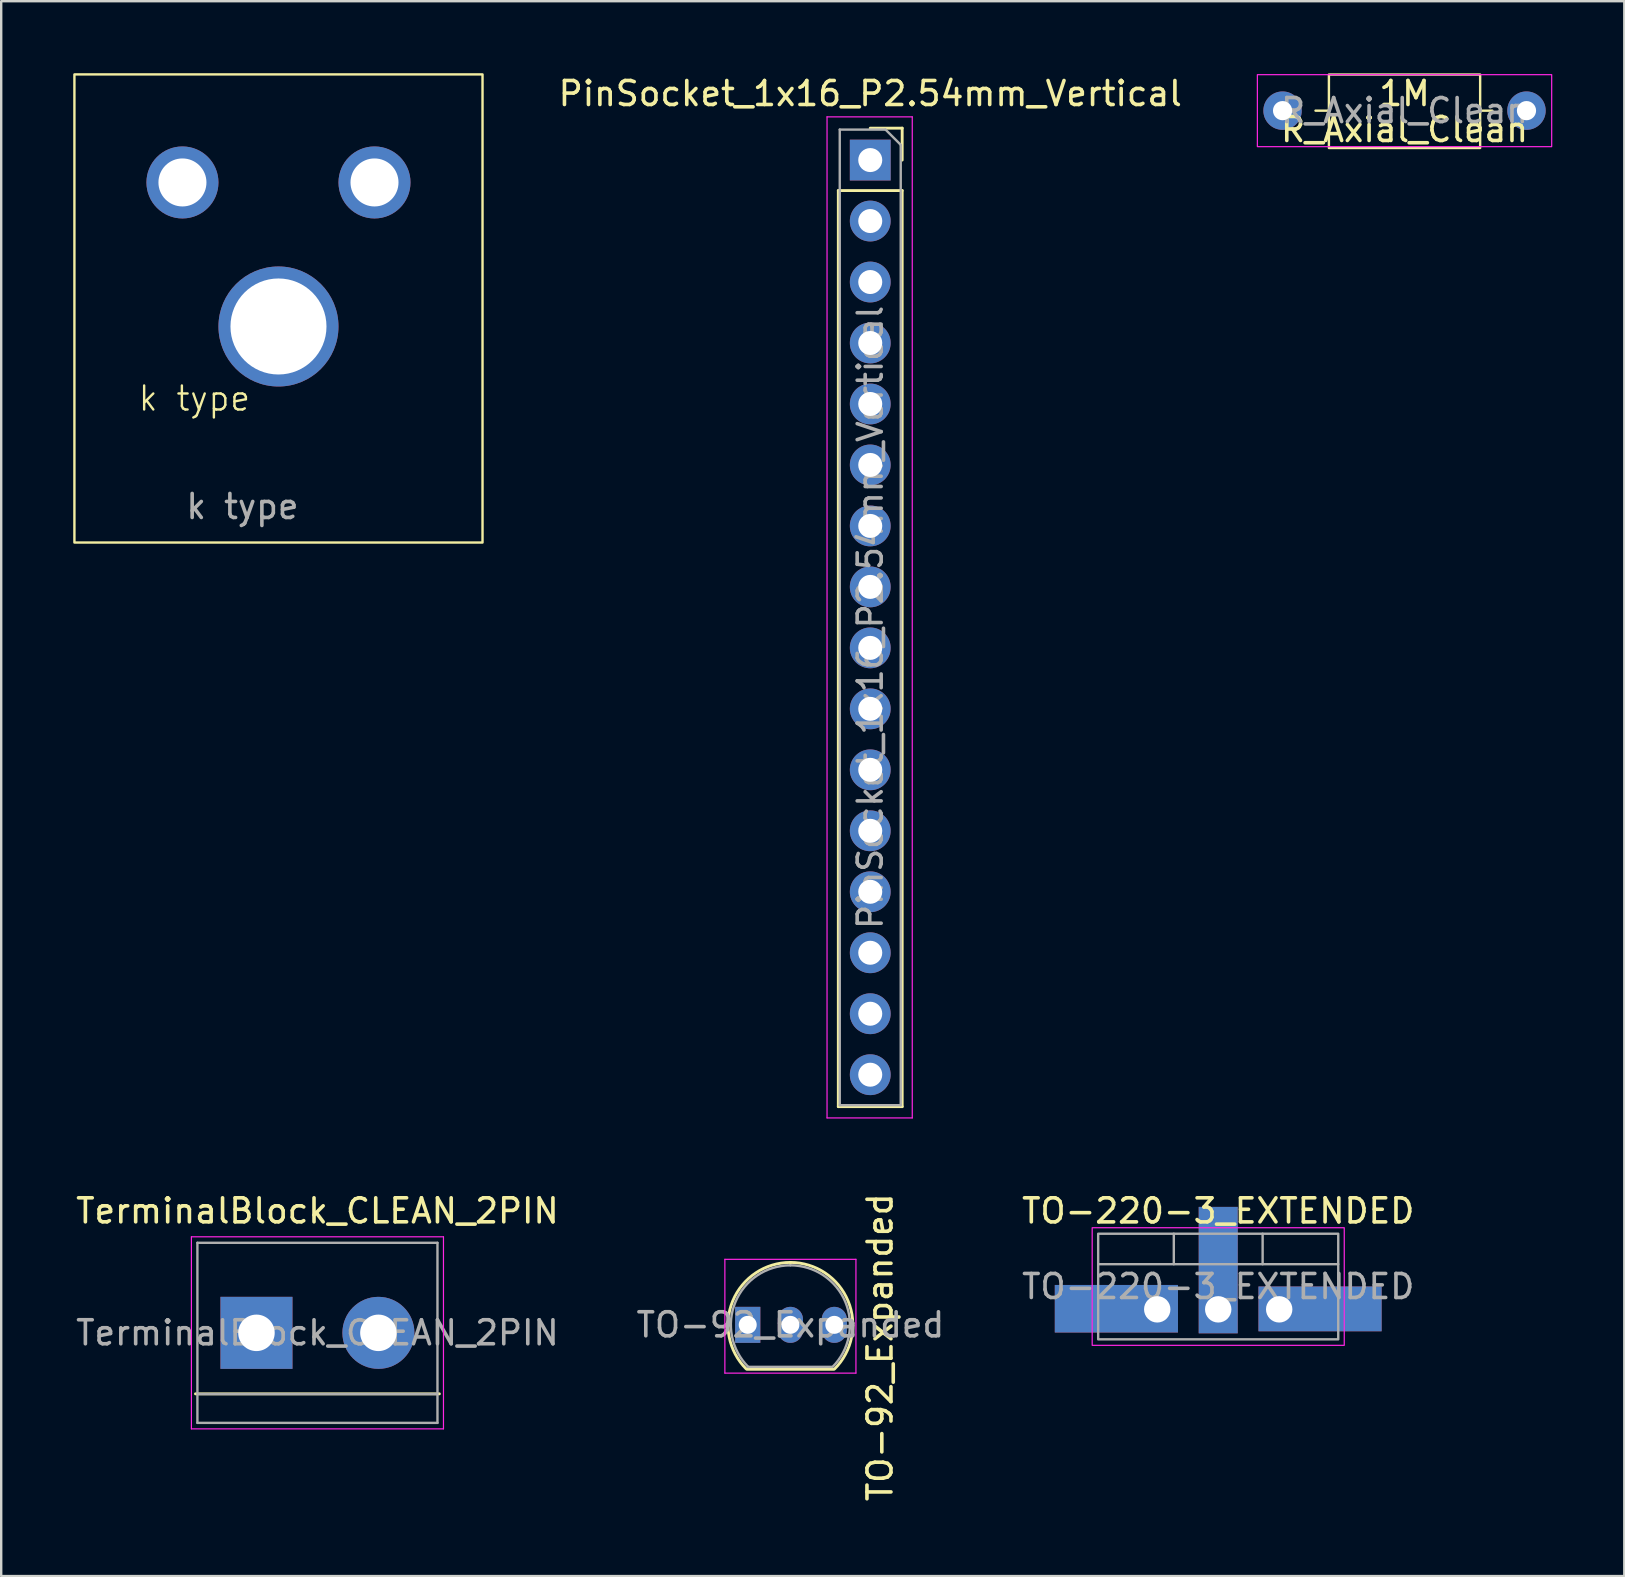
<source format=kicad_pcb>
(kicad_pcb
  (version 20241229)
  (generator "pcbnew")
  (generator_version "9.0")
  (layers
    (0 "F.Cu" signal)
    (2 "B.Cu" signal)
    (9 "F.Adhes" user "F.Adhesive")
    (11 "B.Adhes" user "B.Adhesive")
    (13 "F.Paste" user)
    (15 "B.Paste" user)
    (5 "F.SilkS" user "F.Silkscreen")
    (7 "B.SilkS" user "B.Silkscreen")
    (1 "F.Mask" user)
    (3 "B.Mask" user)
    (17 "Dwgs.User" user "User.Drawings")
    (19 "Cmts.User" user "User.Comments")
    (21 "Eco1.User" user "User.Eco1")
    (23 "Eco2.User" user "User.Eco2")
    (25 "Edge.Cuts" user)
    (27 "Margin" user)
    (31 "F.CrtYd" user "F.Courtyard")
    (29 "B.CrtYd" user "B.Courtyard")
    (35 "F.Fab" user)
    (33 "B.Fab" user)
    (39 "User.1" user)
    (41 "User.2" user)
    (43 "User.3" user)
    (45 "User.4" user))
  (footprint "k type"
    (layer "F.Cu")
    (at 8.55 9.05)
    (property "Reference" "k type" (at -3.5 4.5 0) (unlocked yes) (layer "F.SilkS") (effects (font (size 1 1) (thickness 0.1))))
    (attr smd)
    (fp_rect (start -8.5 -9) (end 8.5 10.5) (stroke (width 0.1) (type solid)) (fill no) (layer "F.SilkS"))
    (fp_text user "${REFERENCE}" (at -1.5 9 0) (unlocked yes) (layer "F.Fab") (effects (font (size 1 1) (thickness 0.15))))
    (pad "1" thru_hole circle (at 4 -4.5) (size 3 3) (drill 2) (layers "*.Cu" "*.Mask"))
    (pad "2" thru_hole circle (at -4 -4.5) (size 3 3) (drill 2) (layers "*.Cu" "*.Mask"))
    (pad "3" thru_hole circle (at 0 1.5) (size 5 5) (drill 4) (layers "*.Cu" "*.Mask")))
  (footprint "TerminalBlock_CLEAN_2PIN"
    (layer "F.Cu")
    (at 7.633 52.471)
    (property "Reference" "TerminalBlock_CLEAN_2PIN" (at 2.54 -5.08 0) (layer "F.SilkS") (effects (font (size 1 1) (thickness 0.15))))
    (attr through_hole)
    (fp_line (start 7.62 2.54) (end -2.54 2.54) (stroke (width 0.12) (type solid)) (layer "F.SilkS"))
    (fp_line (start -2.71 -4) (end -2.71 4) (stroke (width 0.05) (type solid)) (layer "F.CrtYd"))
    (fp_line (start -2.71 -4) (end 7.79 -4) (stroke (width 0.05) (type solid)) (layer "F.CrtYd"))
    (fp_line (start 7.79 4) (end -2.71 4) (stroke (width 0.05) (type solid)) (layer "F.CrtYd"))
    (fp_line (start 7.79 4) (end 7.79 -4) (stroke (width 0.05) (type solid)) (layer "F.CrtYd"))
    (fp_line (start -2.46 -3.75) (end -2.46 3.75) (stroke (width 0.1) (type solid)) (layer "F.Fab"))
    (fp_line (start -2.46 3.75) (end 7.54 3.75) (stroke (width 0.1) (type solid)) (layer "F.Fab"))
    (fp_line (start -2.41 2.55) (end 7.49 2.55) (stroke (width 0.1) (type solid)) (layer "F.Fab"))
    (fp_line (start 7.54 -3.75) (end -2.46 -3.75) (stroke (width 0.1) (type solid)) (layer "F.Fab"))
    (fp_line (start 7.54 3.75) (end 7.54 -3.75) (stroke (width 0.1) (type solid)) (layer "F.Fab"))
    (fp_text user "${REFERENCE}" (at 2.54 0 0) (layer "F.Fab") (effects (font (size 1 1) (thickness 0.15))))
    (pad "1" thru_hole rect (at 0 0) (size 3 3) (drill 1.52) (layers "*.Cu" "*.Mask"))
    (pad "2" thru_hole circle (at 5.08 0) (size 3 3) (drill 1.52) (layers "*.Cu" "*.Mask")))
  (footprint "R_Axial_Clean"
    (layer "F.Cu")
    (at 50.377 1.559)
    (property "Reference" "R_Axial_Clean" (at 5.08 0.787 180) (layer "F.SilkS") (effects (font (size 1 1) (thickness 0.15))))
    (property "Value" "1M" (at 5.08 2.37 180) (layer "F.Fab") (hide yes) (effects (font (size 1 1) (thickness 0.15))))
    (attr through_hole)
    (fp_line (start 1.372 0) (end 1.93 0) (stroke (width 0.1) (type solid)) (layer "F.SilkS"))
    (fp_line (start 8.738 0) (end 8.23 0) (stroke (width 0.1) (type solid)) (layer "F.SilkS"))
    (fp_rect (start 1.93 -1.504) (end 8.23 1.555) (stroke (width 0.1) (type solid)) (fill no) (layer "F.SilkS"))
    (fp_rect (start -1.05 -1.5) (end 11.21 1.5) (stroke (width 0.05) (type solid)) (fill no) (layer "F.CrtYd"))
    (fp_text user "${VALUE}" (at 5.08 -0.711 180) (layer "F.SilkS") (effects (font (size 1 1) (thickness 0.15))))
    (fp_text user "${REFERENCE}" (at 5.08 0 180) (layer "F.Fab") (effects (font (size 1 1) (thickness 0.15))))
    (pad "1" thru_hole circle (at 0 0) (size 1.6 1.6) (drill 0.8) (layers "*.Cu" "*.Mask"))
    (pad "2" thru_hole circle (at 10.16 0) (size 1.6 1.6) (drill 0.8) (layers "*.Cu" "*.Mask")))
  (footprint "PinSocket_1x16_P2.54mm_Vertical"
    (layer "F.Cu")
    (at 33.201 3.618)
    (property "Reference" "PinSocket_1x16_P2.54mm_Vertical" (at 0 -2.77 180) (layer "F.SilkS") (effects (font (size 1 1) (thickness 0.15))))
    (attr through_hole)
    (fp_line (start -1.33 1.27) (end -1.33 39.43) (stroke (width 0.12) (type solid)) (layer "F.SilkS"))
    (fp_line (start -1.33 1.27) (end 1.33 1.27) (stroke (width 0.12) (type solid)) (layer "F.SilkS"))
    (fp_line (start -1.33 39.43) (end 1.33 39.43) (stroke (width 0.12) (type solid)) (layer "F.SilkS"))
    (fp_line (start 0 -1.33) (end 1.33 -1.33) (stroke (width 0.12) (type solid)) (layer "F.SilkS"))
    (fp_line (start 1.33 -1.33) (end 1.33 0) (stroke (width 0.12) (type solid)) (layer "F.SilkS"))
    (fp_line (start 1.33 1.27) (end 1.33 39.43) (stroke (width 0.12) (type solid)) (layer "F.SilkS"))
    (fp_line (start -1.8 -1.8) (end 1.75 -1.8) (stroke (width 0.05) (type solid)) (layer "F.CrtYd"))
    (fp_line (start -1.8 39.9) (end -1.8 -1.8) (stroke (width 0.05) (type solid)) (layer "F.CrtYd"))
    (fp_line (start 1.75 -1.8) (end 1.75 39.9) (stroke (width 0.05) (type solid)) (layer "F.CrtYd"))
    (fp_line (start 1.75 39.9) (end -1.8 39.9) (stroke (width 0.05) (type solid)) (layer "F.CrtYd"))
    (fp_line (start -1.27 -1.27) (end 0.635 -1.27) (stroke (width 0.1) (type solid)) (layer "F.Fab"))
    (fp_line (start -1.27 39.37) (end -1.27 -1.27) (stroke (width 0.1) (type solid)) (layer "F.Fab"))
    (fp_line (start 0.635 -1.27) (end 1.27 -0.635) (stroke (width 0.1) (type solid)) (layer "F.Fab"))
    (fp_line (start 1.27 -0.635) (end 1.27 39.37) (stroke (width 0.1) (type solid)) (layer "F.Fab"))
    (fp_line (start 1.27 39.37) (end -1.27 39.37) (stroke (width 0.1) (type solid)) (layer "F.Fab"))
    (fp_text user "${REFERENCE}" (at 0 19.05 90) (layer "F.Fab") (effects (font (size 1 1) (thickness 0.15))))
    (pad "1" thru_hole rect (at 0 0) (size 1.7 1.7) (drill 1) (layers "*.Cu" "*.Mask"))
    (pad "2" thru_hole circle (at 0 2.54) (size 1.7 1.7) (drill 1) (layers "*.Cu" "*.Mask"))
    (pad "3" thru_hole circle (at 0 5.08) (size 1.7 1.7) (drill 1) (layers "*.Cu" "*.Mask"))
    (pad "4" thru_hole circle (at 0 7.62) (size 1.7 1.7) (drill 1) (layers "*.Cu" "*.Mask"))
    (pad "5" thru_hole circle (at 0 10.16) (size 1.7 1.7) (drill 1) (layers "*.Cu" "*.Mask"))
    (pad "6" thru_hole circle (at 0 12.7) (size 1.7 1.7) (drill 1) (layers "*.Cu" "*.Mask"))
    (pad "7" thru_hole circle (at 0 15.24) (size 1.7 1.7) (drill 1) (layers "*.Cu" "*.Mask"))
    (pad "8" thru_hole circle (at 0 17.78) (size 1.7 1.7) (drill 1) (layers "*.Cu" "*.Mask"))
    (pad "9" thru_hole circle (at 0 20.32) (size 1.7 1.7) (drill 1) (layers "*.Cu" "*.Mask"))
    (pad "10" thru_hole circle (at 0 22.86) (size 1.7 1.7) (drill 1) (layers "*.Cu" "*.Mask"))
    (pad "11" thru_hole circle (at 0 25.4) (size 1.7 1.7) (drill 1) (layers "*.Cu" "*.Mask"))
    (pad "12" thru_hole circle (at 0 27.94) (size 1.7 1.7) (drill 1) (layers "*.Cu" "*.Mask"))
    (pad "13" thru_hole circle (at 0 30.48) (size 1.7 1.7) (drill 1) (layers "*.Cu" "*.Mask"))
    (pad "14" thru_hole circle (at 0 33.02) (size 1.7 1.7) (drill 1) (layers "*.Cu" "*.Mask"))
    (pad "15" thru_hole circle (at 0 35.56) (size 1.7 1.7) (drill 1) (layers "*.Cu" "*.Mask"))
    (pad "16" thru_hole circle (at 0 38.1) (size 1.7 1.7) (drill 1) (layers "*.Cu" "*.Mask")))
  (footprint "TO-220-3_EXTENDED"
    (layer "F.Cu")
    (at 45.156 51.492)
    (property "Reference" "TO-220-3_EXTENDED" (at 2.54 -4.1 180) (layer "F.SilkS") (effects (font (size 1 1) (thickness 0.15))))
    (attr through_hole)
    (fp_rect (start 7.79 1.5) (end -2.71 -3.4) (stroke (width 0.05) (type solid)) (fill no) (layer "F.CrtYd"))
    (fp_line (start -2.46 -1.88) (end 7.54 -1.88) (stroke (width 0.1) (type solid)) (layer "F.Fab"))
    (fp_line (start 0.69 -3.15) (end 0.69 -1.88) (stroke (width 0.1) (type solid)) (layer "F.Fab"))
    (fp_line (start 4.39 -3.15) (end 4.39 -1.88) (stroke (width 0.1) (type solid)) (layer "F.Fab"))
    (fp_rect (start -2.46 -3.15) (end 7.54 1.25) (stroke (width 0.1) (type solid)) (fill no) (layer "F.Fab"))
    (fp_text user "${REFERENCE}" (at 2.54 -0.95 180) (layer "F.Fab") (effects (font (size 1 1) (thickness 0.15))))
    (pad "1" thru_hole rect (at 0 0 90) (size 1.981 5.131) (drill 1.1 (offset 0.025 -1.702)) (layers "*.Cu" "*.Mask"))
    (pad "2" thru_hole rect (at 2.54 0) (size 1.626 5.267) (drill 1.1 (offset 0 -1.634)) (layers "*.Cu" "*.Mask"))
    (pad "3" thru_hole rect (at 5.08 0 270) (size 1.867 5.131) (drill 1.1 (offset -0.019 -1.702)) (layers "*.Cu" "*.Mask")))
  (footprint "TO-92_Expanded"
    (layer "F.Cu")
    (at 28.605 52.138)
    (property "Reference" "TO-92_Expanded" (at 5.004 0.935 90) (layer "F.SilkS") (effects (font (size 1 1) (thickness 0.15))))
    (attr through_hole)
    (fp_line (start -0.53 1.85) (end 3.07 1.85) (stroke (width 0.12) (type solid)) (layer "F.SilkS"))
    (fp_arc (start -0.568478 1.838478) (mid -1.132087 -0.994977) (end 1.27 -2.6) (stroke (width 0.12) (type solid)) (layer "F.SilkS"))
    (fp_arc (start 1.27 -2.6) (mid 3.672087 -0.994977) (end 3.108478 1.838478) (stroke (width 0.12) (type solid)) (layer "F.SilkS"))
    (fp_line (start -1.46 -2.73) (end -1.46 2.01) (stroke (width 0.05) (type solid)) (layer "F.CrtYd"))
    (fp_line (start -1.46 -2.73) (end 4 -2.73) (stroke (width 0.05) (type solid)) (layer "F.CrtYd"))
    (fp_line (start 4 2.01) (end -1.46 2.01) (stroke (width 0.05) (type solid)) (layer "F.CrtYd"))
    (fp_line (start 4 2.01) (end 4 -2.73) (stroke (width 0.05) (type solid)) (layer "F.CrtYd"))
    (fp_line (start -0.5 1.75) (end 3 1.75) (stroke (width 0.1) (type solid)) (layer "F.Fab"))
    (fp_arc (start -0.483625 1.753625) (mid -1.021221 -0.949055) (end 1.27 -2.48) (stroke (width 0.1) (type solid)) (layer "F.Fab"))
    (fp_arc (start 1.27 -2.48) (mid 3.561221 -0.949055) (end 3.023625 1.753625) (stroke (width 0.1) (type solid)) (layer "F.Fab"))
    (fp_text user "${REFERENCE}" (at 1.27 0 180) (layer "F.Fab") (effects (font (size 1 1) (thickness 0.15))))
    (pad "1" thru_hole rect (at -0.508 0) (size 1.05 1.5) (drill 0.75) (layers "*.Cu" "*.Mask"))
    (pad "2" thru_hole oval (at 1.27 0) (size 1.05 1.5) (drill 0.75) (layers "*.Cu" "*.Mask"))
    (pad "3" thru_hole oval (at 3.099 0) (size 1.05 1.5) (drill 0.75) (layers "*.Cu" "*.Mask")))
  (gr_rect
    (start -3 -3)
    (end 64.612 62.603)
    (stroke (width 0.1) (type default))
    (fill no)
    (layer "Edge.Cuts")))
</source>
